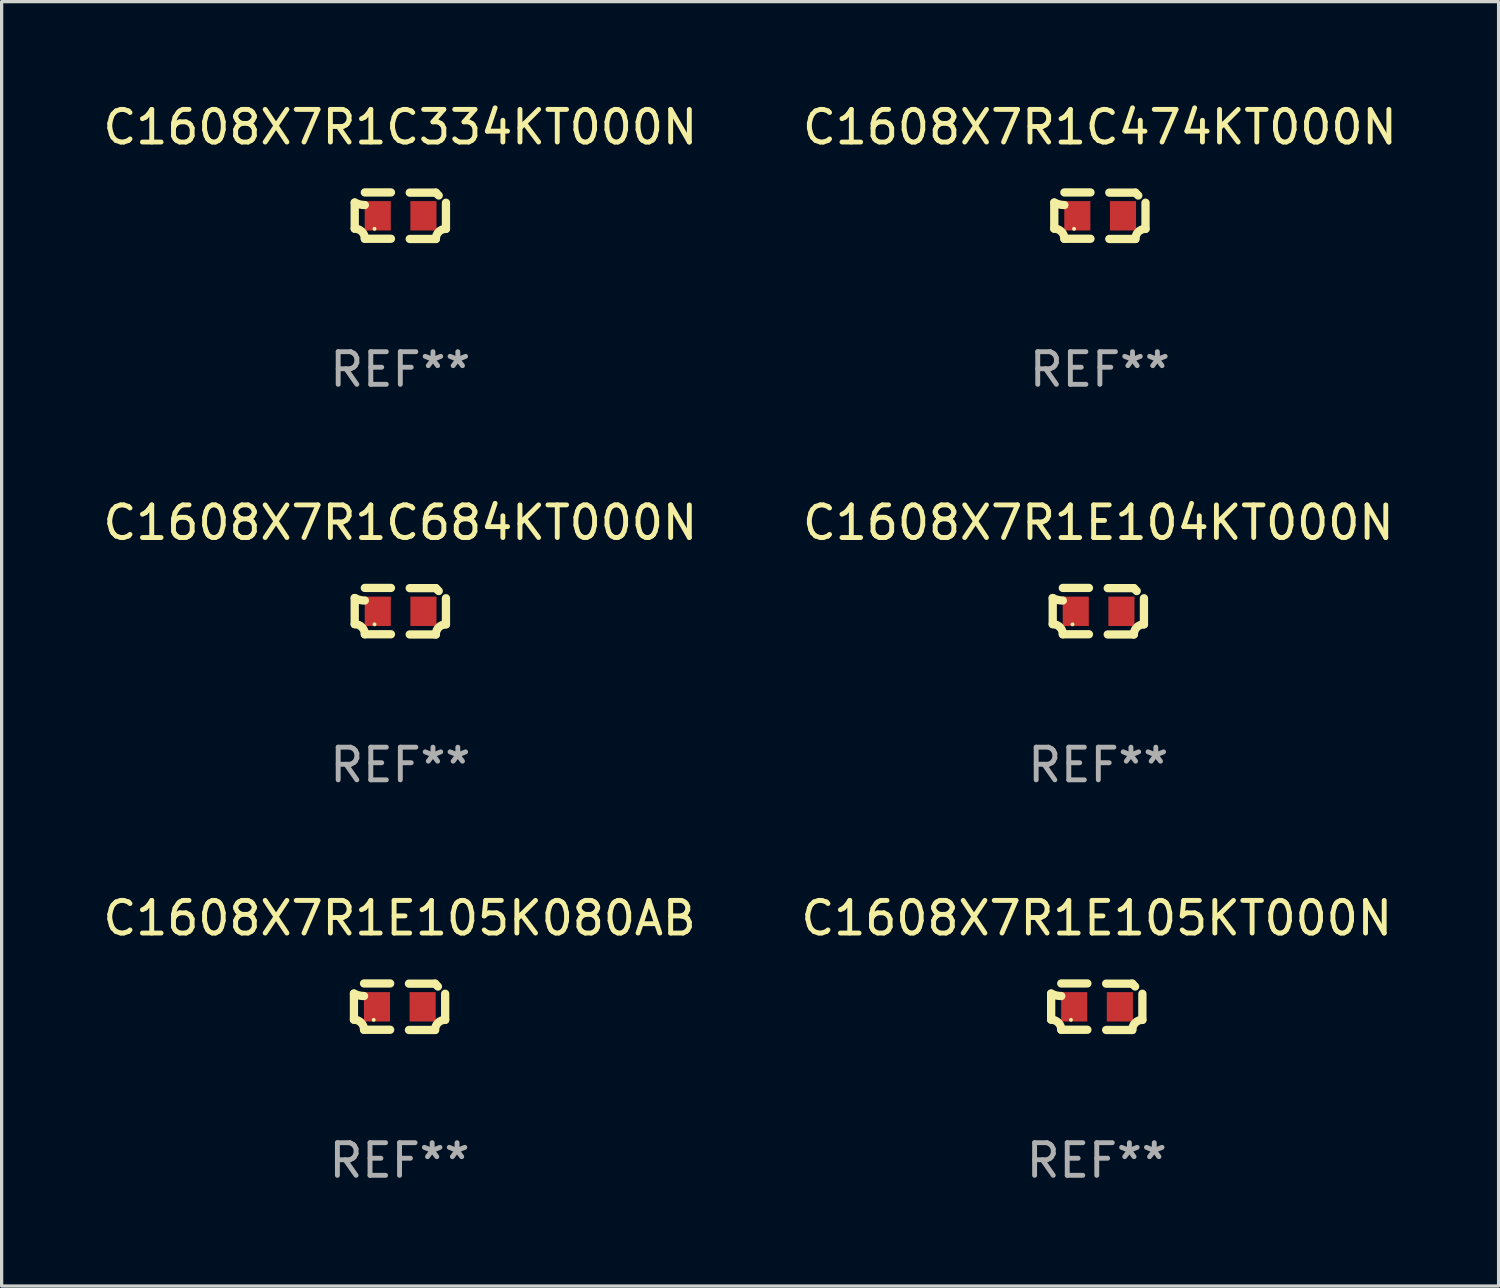
<source format=kicad_pcb>
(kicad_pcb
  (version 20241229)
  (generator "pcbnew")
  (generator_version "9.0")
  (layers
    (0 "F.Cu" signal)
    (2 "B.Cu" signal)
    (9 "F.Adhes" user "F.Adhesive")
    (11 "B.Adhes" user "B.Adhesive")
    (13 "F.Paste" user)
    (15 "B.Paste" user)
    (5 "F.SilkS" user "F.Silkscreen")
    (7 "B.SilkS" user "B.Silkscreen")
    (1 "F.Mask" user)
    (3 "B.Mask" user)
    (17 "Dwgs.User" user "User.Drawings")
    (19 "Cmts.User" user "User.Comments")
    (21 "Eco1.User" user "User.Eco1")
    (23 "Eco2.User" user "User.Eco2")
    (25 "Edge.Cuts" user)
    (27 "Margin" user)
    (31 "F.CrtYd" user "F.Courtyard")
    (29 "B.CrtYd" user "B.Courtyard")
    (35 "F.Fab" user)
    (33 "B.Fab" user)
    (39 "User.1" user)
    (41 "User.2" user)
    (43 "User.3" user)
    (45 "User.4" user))
  (footprint "C1608X7R1E105KT000N"
    (layer "F.Cu")
    (at 30.565 27.805)
    (property "Reference" "C1608X7R1E105KT000N" (at 0 -2.713 0) (layer "F.SilkS") (effects (font (size 1 1) (thickness 0.15))))
    (attr through_hole)
    (fp_line (start -1.398 -0.403) (end -1.398 0.397) (stroke (width 0.254) (type solid)) (layer "F.SilkS"))
    (fp_line (start -0.288 -0.713) (end -1.088 -0.713) (stroke (width 0.254) (type solid)) (layer "F.SilkS"))
    (fp_line (start -0.288 0.707) (end -1.088 0.707) (stroke (width 0.254) (type solid)) (layer "F.SilkS"))
    (fp_line (start 0.288 -0.707) (end 1.088 -0.707) (stroke (width 0.254) (type solid)) (layer "F.SilkS"))
    (fp_line (start 0.288 0.713) (end 1.088 0.713) (stroke (width 0.254) (type solid)) (layer "F.SilkS"))
    (fp_line (start 1.398 -0.397) (end 1.398 0.403) (stroke (width 0.254) (type solid)) (layer "F.SilkS"))
    (fp_arc (start -1.397789 0.397066) (mid -1.178701 0.487826) (end -1.08796 0.706922) (stroke (width 0.254001) (type solid)) (layer "F.SilkS"))
    (fp_arc (start -1.08796 -0.327176) (mid -1.247436 -0.346384) (end -1.39779 -0.402908) (stroke (width 0.254001) (type solid)) (layer "F.SilkS"))
    (fp_arc (start 1.087909 0.712738) (mid 1.178656 0.493655) (end 1.397739 0.402908) (stroke (width 0.254001) (type solid)) (layer "F.SilkS"))
    (fp_arc (start 1.175925 -0.618926) (mid 1.131917 -0.662923) (end 1.08791 -0.706922) (stroke (width 0.254001) (type solid)) (layer "F.SilkS"))
    (fp_circle (center -0.792 0.403) (end -0.762 0.403) (stroke (width 0.06) (type solid)) (fill no) (layer "F.SilkS"))
    (fp_text user "REF**" (at 0 4.713 0) (layer "F.Fab") (effects (font (size 1 1) (thickness 0.15))))
    (pad "1" smd rect (at -0.692 0.003) (size 0.8 0.9) (layers "F.Cu" "F.Mask" "F.Paste"))
    (pad "2" smd rect (at 0.708 0.003) (size 0.8 0.9) (layers "F.Cu" "F.Mask" "F.Paste")))
  (footprint "C1608X7R1C334KT000N"
    (layer "F.Cu")
    (at 9.22 3.561)
    (property "Reference" "C1608X7R1C334KT000N" (at 0 -2.713 0) (layer "F.SilkS") (effects (font (size 1 1) (thickness 0.15))))
    (attr through_hole)
    (fp_line (start -1.398 -0.403) (end -1.398 0.397) (stroke (width 0.254) (type solid)) (layer "F.SilkS"))
    (fp_line (start -0.288 -0.713) (end -1.088 -0.713) (stroke (width 0.254) (type solid)) (layer "F.SilkS"))
    (fp_line (start -0.288 0.707) (end -1.088 0.707) (stroke (width 0.254) (type solid)) (layer "F.SilkS"))
    (fp_line (start 0.288 -0.707) (end 1.088 -0.707) (stroke (width 0.254) (type solid)) (layer "F.SilkS"))
    (fp_line (start 0.288 0.713) (end 1.088 0.713) (stroke (width 0.254) (type solid)) (layer "F.SilkS"))
    (fp_line (start 1.398 -0.397) (end 1.398 0.403) (stroke (width 0.254) (type solid)) (layer "F.SilkS"))
    (fp_arc (start -1.397789 0.397066) (mid -1.178701 0.487826) (end -1.08796 0.706922) (stroke (width 0.254001) (type solid)) (layer "F.SilkS"))
    (fp_arc (start -1.08796 -0.327176) (mid -1.247436 -0.346384) (end -1.39779 -0.402908) (stroke (width 0.254001) (type solid)) (layer "F.SilkS"))
    (fp_arc (start 1.087909 0.712738) (mid 1.178656 0.493655) (end 1.397739 0.402908) (stroke (width 0.254001) (type solid)) (layer "F.SilkS"))
    (fp_arc (start 1.175925 -0.618926) (mid 1.131917 -0.662923) (end 1.08791 -0.706922) (stroke (width 0.254001) (type solid)) (layer "F.SilkS"))
    (fp_circle (center -0.792 0.403) (end -0.762 0.403) (stroke (width 0.06) (type solid)) (fill no) (layer "F.SilkS"))
    (fp_text user "REF**" (at 0 4.713 0) (layer "F.Fab") (effects (font (size 1 1) (thickness 0.15))))
    (pad "1" smd rect (at -0.692 0.003) (size 0.8 0.9) (layers "F.Cu" "F.Mask" "F.Paste"))
    (pad "2" smd rect (at 0.708 0.003) (size 0.8 0.9) (layers "F.Cu" "F.Mask" "F.Paste")))
  (footprint "C1608X7R1E104KT000N"
    (layer "F.Cu")
    (at 30.613 15.683)
    (property "Reference" "C1608X7R1E104KT000N" (at 0 -2.713 0) (layer "F.SilkS") (effects (font (size 1 1) (thickness 0.15))))
    (attr through_hole)
    (fp_line (start -1.398 -0.403) (end -1.398 0.397) (stroke (width 0.254) (type solid)) (layer "F.SilkS"))
    (fp_line (start -0.288 -0.713) (end -1.088 -0.713) (stroke (width 0.254) (type solid)) (layer "F.SilkS"))
    (fp_line (start -0.288 0.707) (end -1.088 0.707) (stroke (width 0.254) (type solid)) (layer "F.SilkS"))
    (fp_line (start 0.288 -0.707) (end 1.088 -0.707) (stroke (width 0.254) (type solid)) (layer "F.SilkS"))
    (fp_line (start 0.288 0.713) (end 1.088 0.713) (stroke (width 0.254) (type solid)) (layer "F.SilkS"))
    (fp_line (start 1.398 -0.397) (end 1.398 0.403) (stroke (width 0.254) (type solid)) (layer "F.SilkS"))
    (fp_arc (start -1.397789 0.397066) (mid -1.178701 0.487826) (end -1.08796 0.706922) (stroke (width 0.254001) (type solid)) (layer "F.SilkS"))
    (fp_arc (start -1.08796 -0.327176) (mid -1.247436 -0.346384) (end -1.39779 -0.402908) (stroke (width 0.254001) (type solid)) (layer "F.SilkS"))
    (fp_arc (start 1.087909 0.712738) (mid 1.178656 0.493655) (end 1.397739 0.402908) (stroke (width 0.254001) (type solid)) (layer "F.SilkS"))
    (fp_arc (start 1.175925 -0.618926) (mid 1.131917 -0.662923) (end 1.08791 -0.706922) (stroke (width 0.254001) (type solid)) (layer "F.SilkS"))
    (fp_circle (center -0.792 0.403) (end -0.762 0.403) (stroke (width 0.06) (type solid)) (fill no) (layer "F.SilkS"))
    (fp_text user "REF**" (at 0 4.713 0) (layer "F.Fab") (effects (font (size 1 1) (thickness 0.15))))
    (pad "1" smd rect (at -0.692 0.003) (size 0.8 0.9) (layers "F.Cu" "F.Mask" "F.Paste"))
    (pad "2" smd rect (at 0.708 0.003) (size 0.8 0.9) (layers "F.Cu" "F.Mask" "F.Paste")))
  (footprint "C1608X7R1C684KT000N"
    (layer "F.Cu")
    (at 9.22 15.683)
    (property "Reference" "C1608X7R1C684KT000N" (at 0 -2.713 0) (layer "F.SilkS") (effects (font (size 1 1) (thickness 0.15))))
    (attr through_hole)
    (fp_line (start -1.398 -0.403) (end -1.398 0.397) (stroke (width 0.254) (type solid)) (layer "F.SilkS"))
    (fp_line (start -0.288 -0.713) (end -1.088 -0.713) (stroke (width 0.254) (type solid)) (layer "F.SilkS"))
    (fp_line (start -0.288 0.707) (end -1.088 0.707) (stroke (width 0.254) (type solid)) (layer "F.SilkS"))
    (fp_line (start 0.288 -0.707) (end 1.088 -0.707) (stroke (width 0.254) (type solid)) (layer "F.SilkS"))
    (fp_line (start 0.288 0.713) (end 1.088 0.713) (stroke (width 0.254) (type solid)) (layer "F.SilkS"))
    (fp_line (start 1.398 -0.397) (end 1.398 0.403) (stroke (width 0.254) (type solid)) (layer "F.SilkS"))
    (fp_arc (start -1.397789 0.397066) (mid -1.178701 0.487826) (end -1.08796 0.706922) (stroke (width 0.254001) (type solid)) (layer "F.SilkS"))
    (fp_arc (start -1.08796 -0.327176) (mid -1.247436 -0.346384) (end -1.39779 -0.402908) (stroke (width 0.254001) (type solid)) (layer "F.SilkS"))
    (fp_arc (start 1.087909 0.712738) (mid 1.178656 0.493655) (end 1.397739 0.402908) (stroke (width 0.254001) (type solid)) (layer "F.SilkS"))
    (fp_arc (start 1.175925 -0.618926) (mid 1.131917 -0.662923) (end 1.08791 -0.706922) (stroke (width 0.254001) (type solid)) (layer "F.SilkS"))
    (fp_circle (center -0.792 0.403) (end -0.762 0.403) (stroke (width 0.06) (type solid)) (fill no) (layer "F.SilkS"))
    (fp_text user "REF**" (at 0 4.713 0) (layer "F.Fab") (effects (font (size 1 1) (thickness 0.15))))
    (pad "1" smd rect (at -0.692 0.003) (size 0.8 0.9) (layers "F.Cu" "F.Mask" "F.Paste"))
    (pad "2" smd rect (at 0.708 0.003) (size 0.8 0.9) (layers "F.Cu" "F.Mask" "F.Paste")))
  (footprint "C1608X7R1C474KT000N"
    (layer "F.Cu")
    (at 30.661 3.561)
    (property "Reference" "C1608X7R1C474KT000N" (at 0 -2.713 0) (layer "F.SilkS") (effects (font (size 1 1) (thickness 0.15))))
    (attr through_hole)
    (fp_line (start -1.398 -0.403) (end -1.398 0.397) (stroke (width 0.254) (type solid)) (layer "F.SilkS"))
    (fp_line (start -0.288 -0.713) (end -1.088 -0.713) (stroke (width 0.254) (type solid)) (layer "F.SilkS"))
    (fp_line (start -0.288 0.707) (end -1.088 0.707) (stroke (width 0.254) (type solid)) (layer "F.SilkS"))
    (fp_line (start 0.288 -0.707) (end 1.088 -0.707) (stroke (width 0.254) (type solid)) (layer "F.SilkS"))
    (fp_line (start 0.288 0.713) (end 1.088 0.713) (stroke (width 0.254) (type solid)) (layer "F.SilkS"))
    (fp_line (start 1.398 -0.397) (end 1.398 0.403) (stroke (width 0.254) (type solid)) (layer "F.SilkS"))
    (fp_arc (start -1.397789 0.397066) (mid -1.178701 0.487826) (end -1.08796 0.706922) (stroke (width 0.254001) (type solid)) (layer "F.SilkS"))
    (fp_arc (start -1.08796 -0.327176) (mid -1.247436 -0.346384) (end -1.39779 -0.402908) (stroke (width 0.254001) (type solid)) (layer "F.SilkS"))
    (fp_arc (start 1.087909 0.712738) (mid 1.178656 0.493655) (end 1.397739 0.402908) (stroke (width 0.254001) (type solid)) (layer "F.SilkS"))
    (fp_arc (start 1.175925 -0.618926) (mid 1.131917 -0.662923) (end 1.08791 -0.706922) (stroke (width 0.254001) (type solid)) (layer "F.SilkS"))
    (fp_circle (center -0.792 0.403) (end -0.762 0.403) (stroke (width 0.06) (type solid)) (fill no) (layer "F.SilkS"))
    (fp_text user "REF**" (at 0 4.713 0) (layer "F.Fab") (effects (font (size 1 1) (thickness 0.15))))
    (pad "1" smd rect (at -0.692 0.003) (size 0.8 0.9) (layers "F.Cu" "F.Mask" "F.Paste"))
    (pad "2" smd rect (at 0.708 0.003) (size 0.8 0.9) (layers "F.Cu" "F.Mask" "F.Paste")))
  (footprint "C1608X7R1E105K080AB"
    (layer "F.Cu")
    (at 9.196 27.805)
    (property "Reference" "C1608X7R1E105K080AB" (at 0 -2.713 0) (layer "F.SilkS") (effects (font (size 1 1) (thickness 0.15))))
    (attr through_hole)
    (fp_line (start -1.398 -0.403) (end -1.398 0.397) (stroke (width 0.254) (type solid)) (layer "F.SilkS"))
    (fp_line (start -0.288 -0.713) (end -1.088 -0.713) (stroke (width 0.254) (type solid)) (layer "F.SilkS"))
    (fp_line (start -0.288 0.707) (end -1.088 0.707) (stroke (width 0.254) (type solid)) (layer "F.SilkS"))
    (fp_line (start 0.288 -0.707) (end 1.088 -0.707) (stroke (width 0.254) (type solid)) (layer "F.SilkS"))
    (fp_line (start 0.288 0.713) (end 1.088 0.713) (stroke (width 0.254) (type solid)) (layer "F.SilkS"))
    (fp_line (start 1.398 -0.397) (end 1.398 0.403) (stroke (width 0.254) (type solid)) (layer "F.SilkS"))
    (fp_arc (start -1.397789 0.397066) (mid -1.178701 0.487826) (end -1.08796 0.706922) (stroke (width 0.254001) (type solid)) (layer "F.SilkS"))
    (fp_arc (start -1.08796 -0.327176) (mid -1.247436 -0.346384) (end -1.39779 -0.402908) (stroke (width 0.254001) (type solid)) (layer "F.SilkS"))
    (fp_arc (start 1.087909 0.712738) (mid 1.178656 0.493655) (end 1.397739 0.402908) (stroke (width 0.254001) (type solid)) (layer "F.SilkS"))
    (fp_arc (start 1.175925 -0.618926) (mid 1.131917 -0.662923) (end 1.08791 -0.706922) (stroke (width 0.254001) (type solid)) (layer "F.SilkS"))
    (fp_circle (center -0.792 0.403) (end -0.762 0.403) (stroke (width 0.06) (type solid)) (fill no) (layer "F.SilkS"))
    (fp_text user "REF**" (at 0 4.713 0) (layer "F.Fab") (effects (font (size 1 1) (thickness 0.15))))
    (pad "1" smd rect (at -0.692 0.003) (size 0.8 0.9) (layers "F.Cu" "F.Mask" "F.Paste"))
    (pad "2" smd rect (at 0.708 0.003) (size 0.8 0.9) (layers "F.Cu" "F.Mask" "F.Paste")))
  (gr_rect
    (start -3 -3)
    (end 42.881 36.366)
    (stroke (width 0.1) (type default))
    (fill no)
    (layer "Edge.Cuts")))
</source>
